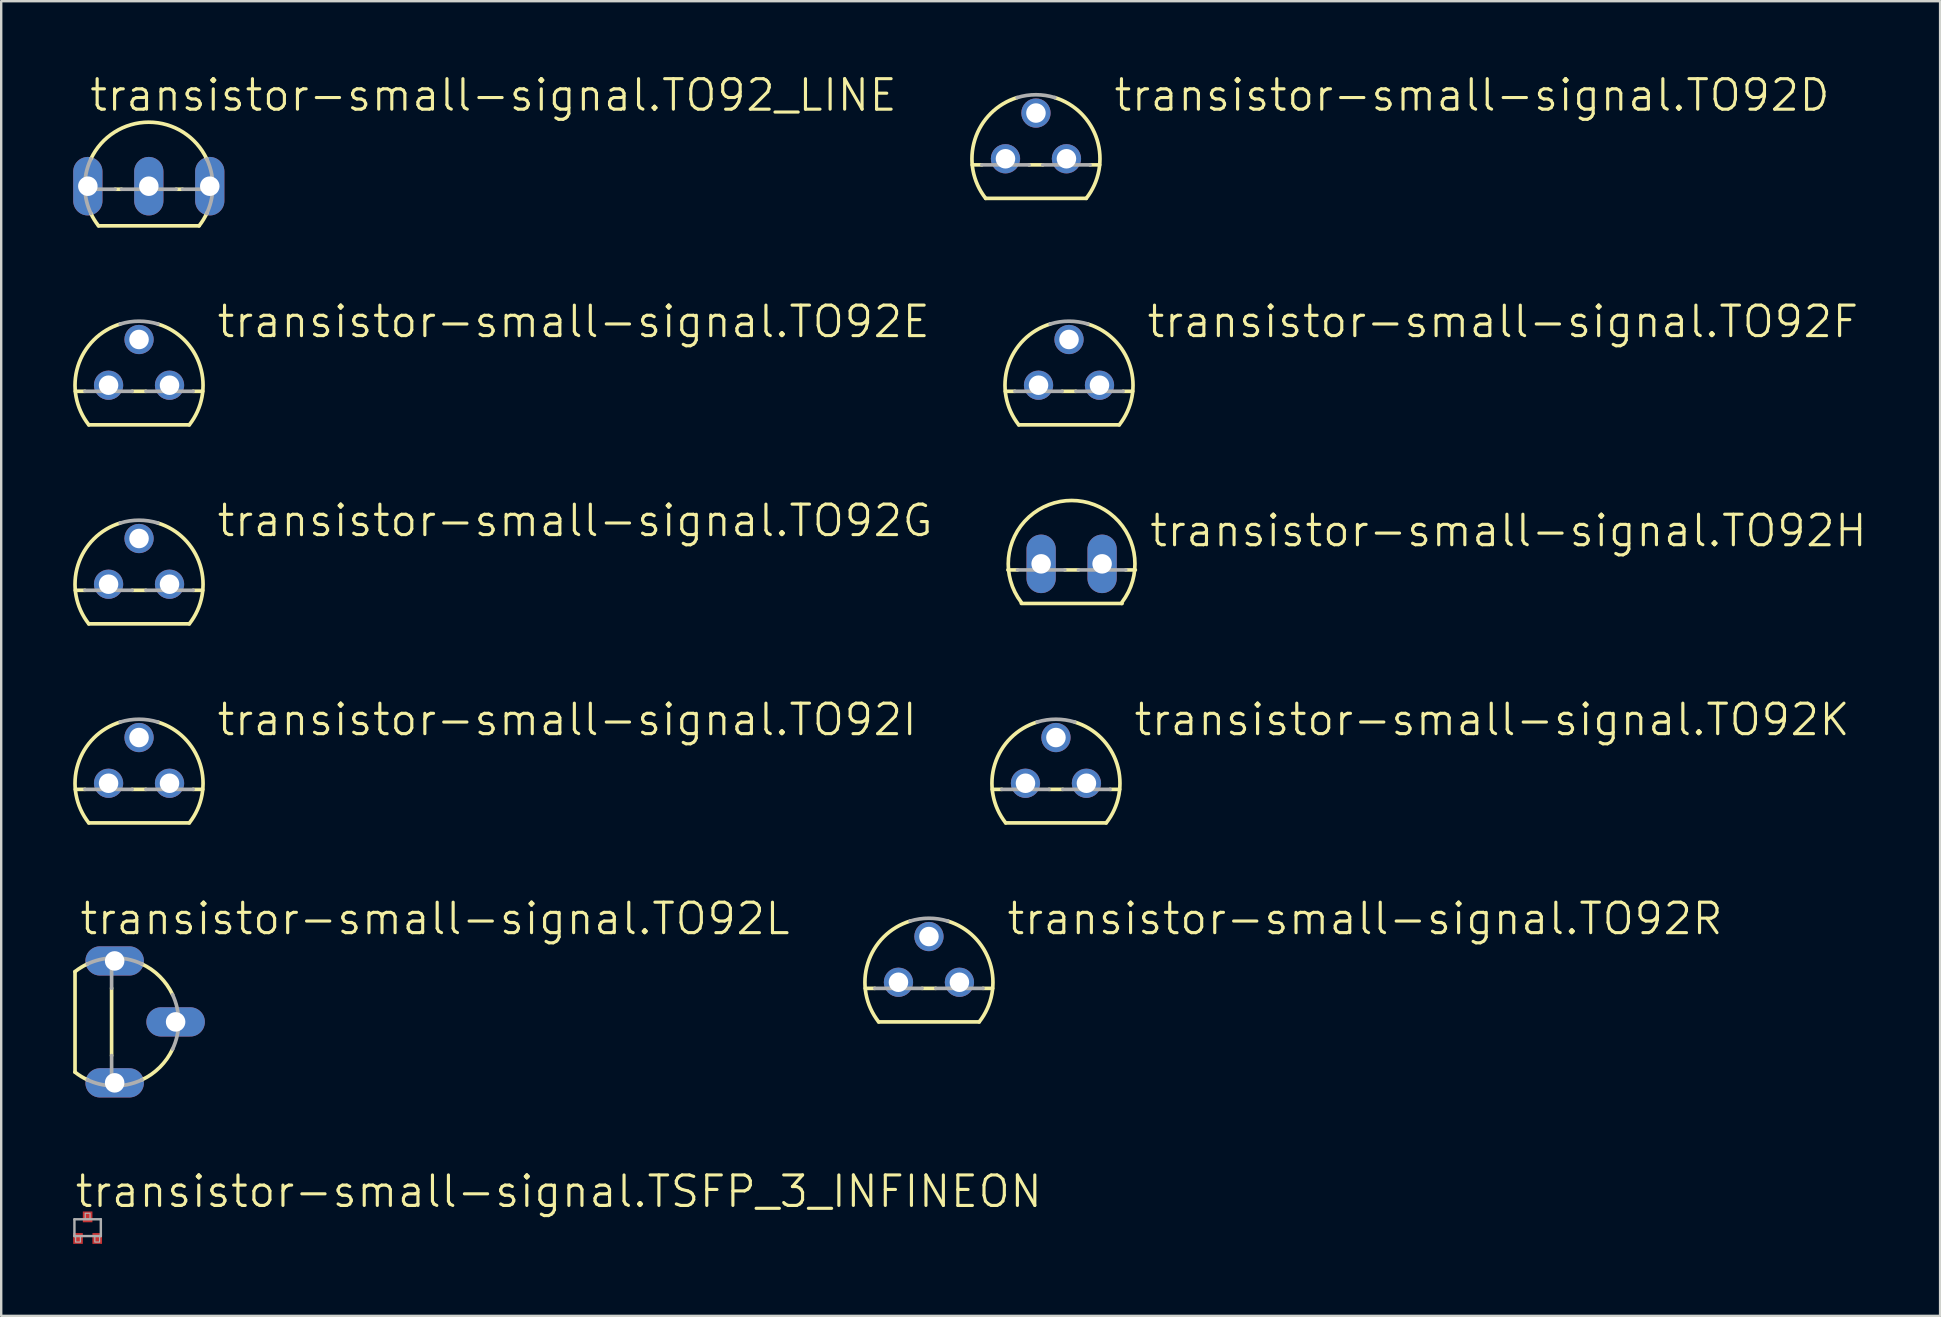
<source format=kicad_pcb>
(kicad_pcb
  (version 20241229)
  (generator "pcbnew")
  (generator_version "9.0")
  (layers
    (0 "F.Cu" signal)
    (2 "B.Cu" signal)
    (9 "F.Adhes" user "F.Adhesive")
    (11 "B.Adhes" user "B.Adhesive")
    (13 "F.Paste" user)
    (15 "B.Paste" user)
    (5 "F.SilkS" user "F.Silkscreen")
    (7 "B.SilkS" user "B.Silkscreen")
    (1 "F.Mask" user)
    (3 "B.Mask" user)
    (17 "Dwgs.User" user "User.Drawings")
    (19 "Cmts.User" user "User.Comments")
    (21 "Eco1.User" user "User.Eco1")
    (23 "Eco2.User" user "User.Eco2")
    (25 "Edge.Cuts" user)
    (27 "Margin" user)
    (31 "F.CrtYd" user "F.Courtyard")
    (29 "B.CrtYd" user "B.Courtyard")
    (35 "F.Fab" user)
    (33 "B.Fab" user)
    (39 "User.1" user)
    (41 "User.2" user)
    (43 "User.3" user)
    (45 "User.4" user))
  (footprint "transistor-small-signal.TO92D"
    (layer "F.Cu")
    (at 40.114 3.565)
    (property "Reference" "transistor-small-signal.TO92D" (at 3.175 -1.905 0) (layer "F.SilkS") (effects (font (size 1.27 1.27) (thickness 0.13)) (justify left bottom)))
    (attr through_hole)
    (fp_line (start -2.655 0.254) (end -2.254 0.254) (stroke (width 0.152) (type default)) (layer "F.SilkS"))
    (fp_line (start -2.095 1.651) (end 2.095 1.651) (stroke (width 0.152) (type default)) (layer "F.SilkS"))
    (fp_line (start -0.286 0.254) (end 0.286 0.254) (stroke (width 0.152) (type default)) (layer "F.SilkS"))
    (fp_line (start 2.254 0.254) (end 2.655 0.254) (stroke (width 0.152) (type default)) (layer "F.SilkS"))
    (fp_arc (start -2.0946 1.651) (mid -2.54634 -0.793276) (end -0.7863 -2.5485) (stroke (width 0.1524) (type default)) (layer "F.SilkS"))
    (fp_arc (start 0.7868 -2.5484) (mid 2.546776 -0.793203) (end 2.095 1.651) (stroke (width 0.1524) (type default)) (layer "F.SilkS"))
    (fp_line (start -2.254 0.254) (end -0.286 0.254) (stroke (width 0.152) (type default)) (layer "F.Fab"))
    (fp_line (start 0.286 0.254) (end 2.254 0.254) (stroke (width 0.152) (type default)) (layer "F.Fab"))
    (fp_arc (start -0.7863 -2.5485) (mid 0 -2.667043) (end 0.7863 -2.5485) (stroke (width 0.1524) (type default)) (layer "F.Fab"))
    (pad "B" thru_hole circle (at 0 -1.905) (size 1.219 1.219) (drill 0.813) (layers "*.Cu" "*.Mask"))
    (pad "C" thru_hole circle (at 1.27 0) (size 1.219 1.219) (drill 0.813) (layers "*.Cu" "*.Mask"))
    (pad "E" thru_hole circle (at -1.27 0) (size 1.219 1.219) (drill 0.813) (layers "*.Cu" "*.Mask")))
  (footprint "transistor-small-signal.TO92L"
    (layer "F.Cu")
    (at 1.727 39.528)
    (property "Reference" "transistor-small-signal.TO92L" (at -1.524 -3.556 0) (layer "F.SilkS") (effects (font (size 1.27 1.27) (thickness 0.13)) (justify left bottom)))
    (attr through_hole)
    (fp_line (start -1.651 -2.095) (end -1.651 2.095) (stroke (width 0.152) (type default)) (layer "F.SilkS"))
    (fp_line (start -0.127 1.404) (end -0.127 -1.404) (stroke (width 0.152) (type default)) (layer "F.SilkS"))
    (fp_arc (start -1.651 -2.095) (mid -1.40252 -2.268918) (end -1.1359 -2.4135) (stroke (width 0.1524) (type default)) (layer "F.SilkS"))
    (fp_arc (start -1.1118 2.4247) (mid -1.391201 2.275878) (end -1.651 2.095) (stroke (width 0.1524) (type default)) (layer "F.SilkS"))
    (fp_arc (start 1.1359 -2.413) (mid 1.885847 -1.885847) (end 2.413 -1.1359) (stroke (width 0.1524) (type default)) (layer "F.SilkS"))
    (fp_arc (start 2.413 1.1359) (mid 1.885847 1.885847) (end 1.1359 2.413) (stroke (width 0.1524) (type default)) (layer "F.SilkS"))
    (fp_line (start -0.127 -1.404) (end -0.127 -2.664) (stroke (width 0.152) (type default)) (layer "F.Fab"))
    (fp_line (start -0.127 2.664) (end -0.127 1.404) (stroke (width 0.152) (type default)) (layer "F.Fab"))
    (fp_arc (start -1.1359 -2.413) (mid -0.643799 -2.588137) (end -0.127 -2.664) (stroke (width 0.1524) (type default)) (layer "F.Fab"))
    (fp_arc (start -0.127 -2.664) (mid 0.519825 -2.615858) (end 1.1359 -2.413) (stroke (width 0.1524) (type default)) (layer "F.Fab"))
    (fp_arc (start -0.127 2.664) (mid -0.643799 2.588137) (end -1.1359 2.413) (stroke (width 0.1524) (type default)) (layer "F.Fab"))
    (fp_arc (start 1.1359 2.413) (mid 0.519825 2.615858) (end -0.127 2.664) (stroke (width 0.1524) (type default)) (layer "F.Fab"))
    (fp_arc (start 2.413 -1.1359) (mid 2.666991 0) (end 2.413 1.1359) (stroke (width 0.1524) (type default)) (layer "F.Fab"))
    (pad "1" thru_hole oval (at 0 2.54) (size 2.438 1.219) (drill 0.813) (layers "*.Cu" "*.Mask"))
    (pad "2" thru_hole oval (at 2.54 0) (size 2.438 1.219) (drill 0.813) (layers "*.Cu" "*.Mask"))
    (pad "3" thru_hole oval (at 0 -2.54) (size 2.438 1.219) (drill 0.813) (layers "*.Cu" "*.Mask")))
  (footprint "transistor-small-signal.TO92R"
    (layer "F.Cu")
    (at 35.655 37.877)
    (property "Reference" "transistor-small-signal.TO92R" (at 3.175 -1.905 0) (layer "F.SilkS") (effects (font (size 1.27 1.27) (thickness 0.13)) (justify left bottom)))
    (attr through_hole)
    (fp_line (start -2.655 0.254) (end -2.254 0.254) (stroke (width 0.152) (type default)) (layer "F.SilkS"))
    (fp_line (start -2.095 1.651) (end 2.095 1.651) (stroke (width 0.152) (type default)) (layer "F.SilkS"))
    (fp_line (start -0.286 0.254) (end 0.286 0.254) (stroke (width 0.152) (type default)) (layer "F.SilkS"))
    (fp_line (start 2.254 0.254) (end 2.655 0.254) (stroke (width 0.152) (type default)) (layer "F.SilkS"))
    (fp_arc (start -2.0946 1.651) (mid -2.54634 -0.793276) (end -0.7863 -2.5485) (stroke (width 0.1524) (type default)) (layer "F.SilkS"))
    (fp_arc (start 0.7868 -2.5484) (mid 2.546776 -0.793203) (end 2.095 1.651) (stroke (width 0.1524) (type default)) (layer "F.SilkS"))
    (fp_line (start -2.254 0.254) (end -0.286 0.254) (stroke (width 0.152) (type default)) (layer "F.Fab"))
    (fp_line (start 0.286 0.254) (end 2.254 0.254) (stroke (width 0.152) (type default)) (layer "F.Fab"))
    (fp_arc (start -0.7863 -2.5485) (mid 0 -2.667043) (end 0.7863 -2.5485) (stroke (width 0.1524) (type default)) (layer "F.Fab"))
    (pad "D" thru_hole circle (at -1.27 0) (size 1.219 1.219) (drill 0.813) (layers "*.Cu" "*.Mask"))
    (pad "G" thru_hole circle (at 1.27 0) (size 1.219 1.219) (drill 0.813) (layers "*.Cu" "*.Mask"))
    (pad "S" thru_hole circle (at 0 -1.905) (size 1.219 1.219) (drill 0.813) (layers "*.Cu" "*.Mask")))
  (footprint "transistor-small-signal.TO92F"
    (layer "F.Cu")
    (at 41.491 13)
    (property "Reference" "transistor-small-signal.TO92F" (at 3.175 -1.905 0) (layer "F.SilkS") (effects (font (size 1.27 1.27) (thickness 0.13)) (justify left bottom)))
    (attr through_hole)
    (fp_line (start -2.655 0.254) (end -2.254 0.254) (stroke (width 0.152) (type default)) (layer "F.SilkS"))
    (fp_line (start -2.095 1.651) (end 2.095 1.651) (stroke (width 0.152) (type default)) (layer "F.SilkS"))
    (fp_line (start -0.286 0.254) (end 0.286 0.254) (stroke (width 0.152) (type default)) (layer "F.SilkS"))
    (fp_line (start 2.254 0.254) (end 2.655 0.254) (stroke (width 0.152) (type default)) (layer "F.SilkS"))
    (fp_arc (start -2.0946 1.651) (mid -2.54634 -0.793276) (end -0.7863 -2.5485) (stroke (width 0.1524) (type default)) (layer "F.SilkS"))
    (fp_arc (start 0.7868 -2.5484) (mid 2.546776 -0.793203) (end 2.095 1.651) (stroke (width 0.1524) (type default)) (layer "F.SilkS"))
    (fp_line (start -2.254 0.254) (end -0.286 0.254) (stroke (width 0.152) (type default)) (layer "F.Fab"))
    (fp_line (start 0.286 0.254) (end 2.254 0.254) (stroke (width 0.152) (type default)) (layer "F.Fab"))
    (fp_arc (start -0.7863 -2.5485) (mid 0 -2.667043) (end 0.7863 -2.5485) (stroke (width 0.1524) (type default)) (layer "F.Fab"))
    (pad "D" thru_hole circle (at 1.27 0) (size 1.219 1.219) (drill 0.813) (layers "*.Cu" "*.Mask"))
    (pad "G" thru_hole circle (at 0 -1.905) (size 1.219 1.219) (drill 0.813) (layers "*.Cu" "*.Mask"))
    (pad "S" thru_hole circle (at -1.27 0) (size 1.219 1.219) (drill 0.813) (layers "*.Cu" "*.Mask")))
  (footprint "transistor-small-signal.TSFP_3_INFINEON"
    (layer "F.Cu")
    (at 0.601 48.102)
    (property "Reference" "transistor-small-signal.TSFP_3_INFINEON" (at -0.595 -0.765 0) (layer "F.SilkS") (effects (font (size 1.27 1.27) (thickness 0.13)) (justify left bottom)))
    (attr smd)
    (fp_line (start -0.55 -0.35) (end 0.55 -0.35) (stroke (width 0.102) (type default)) (layer "F.Fab"))
    (fp_line (start -0.55 0.35) (end -0.55 -0.35) (stroke (width 0.102) (type default)) (layer "F.Fab"))
    (fp_line (start 0.55 -0.35) (end 0.55 0.35) (stroke (width 0.102) (type default)) (layer "F.Fab"))
    (fp_line (start 0.55 0.35) (end -0.55 0.35) (stroke (width 0.102) (type default)) (layer "F.Fab"))
    (fp_rect (start -0.5 0.6) (end -0.3 0.35) (stroke (width 0.05) (type default)) (fill no) (layer "F.Fab"))
    (fp_rect (start -0.1 -0.35) (end 0.1 -0.6) (stroke (width 0.05) (type default)) (fill no) (layer "F.Fab"))
    (fp_rect (start 0.3 0.6) (end 0.5 0.35) (stroke (width 0.05) (type default)) (fill no) (layer "F.Fab"))
    (pad "1" smd roundrect (at -0.4 0.45) (size 0.4 0.45) (layers "F.Cu" "F.Mask" "F.Paste") (roundrect_rratio 0.01))
    (pad "2" smd roundrect (at 0 -0.45) (size 0.4 0.45) (layers "F.Cu" "F.Mask" "F.Paste") (roundrect_rratio 0.01))
    (pad "3" smd roundrect (at 0.4 0.45) (size 0.4 0.45) (layers "F.Cu" "F.Mask" "F.Paste") (roundrect_rratio 0.01)))
  (footprint "transistor-small-signal.TO92G"
    (layer "F.Cu")
    (at 2.743 21.292)
    (property "Reference" "transistor-small-signal.TO92G" (at 3.175 -1.905 0) (layer "F.SilkS") (effects (font (size 1.27 1.27) (thickness 0.13)) (justify left bottom)))
    (attr through_hole)
    (fp_line (start -2.655 0.254) (end -2.254 0.254) (stroke (width 0.152) (type default)) (layer "F.SilkS"))
    (fp_line (start -2.095 1.651) (end 2.095 1.651) (stroke (width 0.152) (type default)) (layer "F.SilkS"))
    (fp_line (start -0.286 0.254) (end 0.286 0.254) (stroke (width 0.152) (type default)) (layer "F.SilkS"))
    (fp_line (start 2.254 0.254) (end 2.655 0.254) (stroke (width 0.152) (type default)) (layer "F.SilkS"))
    (fp_arc (start -2.0946 1.651) (mid -2.54634 -0.793276) (end -0.7863 -2.5485) (stroke (width 0.1524) (type default)) (layer "F.SilkS"))
    (fp_arc (start 0.7868 -2.5484) (mid 2.546776 -0.793203) (end 2.095 1.651) (stroke (width 0.1524) (type default)) (layer "F.SilkS"))
    (fp_line (start -2.254 0.254) (end -0.286 0.254) (stroke (width 0.152) (type default)) (layer "F.Fab"))
    (fp_line (start 0.286 0.254) (end 2.254 0.254) (stroke (width 0.152) (type default)) (layer "F.Fab"))
    (fp_arc (start -0.7863 -2.5485) (mid 0 -2.667043) (end 0.7863 -2.5485) (stroke (width 0.1524) (type default)) (layer "F.Fab"))
    (pad "D" thru_hole circle (at -1.27 0) (size 1.219 1.219) (drill 0.813) (layers "*.Cu" "*.Mask"))
    (pad "G" thru_hole circle (at 1.27 0) (size 1.219 1.219) (drill 0.813) (layers "*.Cu" "*.Mask"))
    (pad "S" thru_hole circle (at 0 -1.905) (size 1.219 1.219) (drill 0.813) (layers "*.Cu" "*.Mask")))
  (footprint "transistor-small-signal.TO92I"
    (layer "F.Cu")
    (at 2.743 29.585)
    (property "Reference" "transistor-small-signal.TO92I" (at 3.175 -1.905 0) (layer "F.SilkS") (effects (font (size 1.27 1.27) (thickness 0.13)) (justify left bottom)))
    (attr through_hole)
    (fp_line (start -2.655 0.254) (end -2.254 0.254) (stroke (width 0.152) (type default)) (layer "F.SilkS"))
    (fp_line (start -2.095 1.651) (end 2.095 1.651) (stroke (width 0.152) (type default)) (layer "F.SilkS"))
    (fp_line (start -0.286 0.254) (end 0.286 0.254) (stroke (width 0.152) (type default)) (layer "F.SilkS"))
    (fp_line (start 2.254 0.254) (end 2.655 0.254) (stroke (width 0.152) (type default)) (layer "F.SilkS"))
    (fp_arc (start -2.0946 1.651) (mid -2.54634 -0.793276) (end -0.7863 -2.5485) (stroke (width 0.1524) (type default)) (layer "F.SilkS"))
    (fp_arc (start 0.7868 -2.5484) (mid 2.546776 -0.793203) (end 2.095 1.651) (stroke (width 0.1524) (type default)) (layer "F.SilkS"))
    (fp_line (start -2.254 0.254) (end -0.286 0.254) (stroke (width 0.152) (type default)) (layer "F.Fab"))
    (fp_line (start 0.286 0.254) (end 2.254 0.254) (stroke (width 0.152) (type default)) (layer "F.Fab"))
    (fp_arc (start -0.7863 -2.5485) (mid 0 -2.667043) (end 0.7863 -2.5485) (stroke (width 0.1524) (type default)) (layer "F.Fab"))
    (pad "D" thru_hole circle (at 0 -1.905) (size 1.219 1.219) (drill 0.813) (layers "*.Cu" "*.Mask"))
    (pad "G" thru_hole circle (at 1.27 0) (size 1.219 1.219) (drill 0.813) (layers "*.Cu" "*.Mask"))
    (pad "S" thru_hole circle (at -1.27 0) (size 1.219 1.219) (drill 0.813) (layers "*.Cu" "*.Mask")))
  (footprint "transistor-small-signal.TO92K"
    (layer "F.Cu")
    (at 40.947 29.585)
    (property "Reference" "transistor-small-signal.TO92K" (at 3.175 -1.905 0) (layer "F.SilkS") (effects (font (size 1.27 1.27) (thickness 0.13)) (justify left bottom)))
    (attr through_hole)
    (fp_line (start -2.655 0.254) (end -2.254 0.254) (stroke (width 0.152) (type default)) (layer "F.SilkS"))
    (fp_line (start -2.095 1.651) (end 2.095 1.651) (stroke (width 0.152) (type default)) (layer "F.SilkS"))
    (fp_line (start -0.286 0.254) (end 0.286 0.254) (stroke (width 0.152) (type default)) (layer "F.SilkS"))
    (fp_line (start 2.254 0.254) (end 2.655 0.254) (stroke (width 0.152) (type default)) (layer "F.SilkS"))
    (fp_arc (start -2.0946 1.651) (mid -2.54634 -0.793276) (end -0.7863 -2.5485) (stroke (width 0.1524) (type default)) (layer "F.SilkS"))
    (fp_arc (start 0.7868 -2.5484) (mid 2.546776 -0.793203) (end 2.095 1.651) (stroke (width 0.1524) (type default)) (layer "F.SilkS"))
    (fp_line (start -2.254 0.254) (end -0.286 0.254) (stroke (width 0.152) (type default)) (layer "F.Fab"))
    (fp_line (start 0.286 0.254) (end 2.254 0.254) (stroke (width 0.152) (type default)) (layer "F.Fab"))
    (fp_arc (start -0.7863 -2.5485) (mid 0 -2.667043) (end 0.7863 -2.5485) (stroke (width 0.1524) (type default)) (layer "F.Fab"))
    (pad "D" thru_hole circle (at -1.27 0) (size 1.219 1.219) (drill 0.813) (layers "*.Cu" "*.Mask"))
    (pad "G" thru_hole circle (at 0 -1.905) (size 1.219 1.219) (drill 0.813) (layers "*.Cu" "*.Mask"))
    (pad "S" thru_hole circle (at 1.27 0) (size 1.219 1.219) (drill 0.813) (layers "*.Cu" "*.Mask")))
  (footprint "transistor-small-signal.TO92H"
    (layer "F.Cu")
    (at 41.6 20.443)
    (property "Reference" "transistor-small-signal.TO92H" (at 3.175 -0.635 0) (layer "F.SilkS") (effects (font (size 1.27 1.27) (thickness 0.13)) (justify left bottom)))
    (attr through_hole)
    (fp_line (start -2.655 0.254) (end -2.254 0.254) (stroke (width 0.152) (type default)) (layer "F.SilkS"))
    (fp_line (start -2.095 1.651) (end 2.094 1.651) (stroke (width 0.152) (type default)) (layer "F.SilkS"))
    (fp_line (start -0.286 0.254) (end 0.286 0.254) (stroke (width 0.152) (type default)) (layer "F.SilkS"))
    (fp_line (start 2.094 1.651) (end 2.095 1.651) (stroke (width 0.152) (type default)) (layer "F.SilkS"))
    (fp_line (start 2.254 0.254) (end 2.655 0.254) (stroke (width 0.152) (type default)) (layer "F.SilkS"))
    (fp_arc (start -2.099999 1.6) (mid -0.000802 -2.639666) (end 2.099365 1.59952) (stroke (width 0.1524) (type default)) (layer "F.SilkS"))
    (fp_line (start -2.254 0.254) (end -0.286 0.254) (stroke (width 0.152) (type default)) (layer "F.Fab"))
    (fp_line (start 0.286 0.254) (end 2.254 0.254) (stroke (width 0.152) (type default)) (layer "F.Fab"))
    (pad "1" thru_hole oval (at -1.27 0 90) (size 2.438 1.219) (drill 0.813) (layers "*.Cu" "*.Mask"))
    (pad "2" thru_hole oval (at 1.27 0 90) (size 2.438 1.219) (drill 0.813) (layers "*.Cu" "*.Mask")))
  (footprint "transistor-small-signal.TO92E"
    (layer "F.Cu")
    (at 2.743 13)
    (property "Reference" "transistor-small-signal.TO92E" (at 3.175 -1.905 0) (layer "F.SilkS") (effects (font (size 1.27 1.27) (thickness 0.13)) (justify left bottom)))
    (attr through_hole)
    (fp_line (start -2.655 0.254) (end -2.254 0.254) (stroke (width 0.152) (type default)) (layer "F.SilkS"))
    (fp_line (start -2.095 1.651) (end 2.095 1.651) (stroke (width 0.152) (type default)) (layer "F.SilkS"))
    (fp_line (start -0.286 0.254) (end 0.286 0.254) (stroke (width 0.152) (type default)) (layer "F.SilkS"))
    (fp_line (start 2.254 0.254) (end 2.655 0.254) (stroke (width 0.152) (type default)) (layer "F.SilkS"))
    (fp_arc (start -2.0946 1.651) (mid -2.54634 -0.793276) (end -0.7863 -2.5485) (stroke (width 0.1524) (type default)) (layer "F.SilkS"))
    (fp_arc (start 0.7868 -2.5484) (mid 2.546776 -0.793203) (end 2.095 1.651) (stroke (width 0.1524) (type default)) (layer "F.SilkS"))
    (fp_line (start -2.254 0.254) (end -0.286 0.254) (stroke (width 0.152) (type default)) (layer "F.Fab"))
    (fp_line (start 0.286 0.254) (end 2.254 0.254) (stroke (width 0.152) (type default)) (layer "F.Fab"))
    (fp_arc (start -0.7863 -2.5485) (mid 0 -2.667043) (end 0.7863 -2.5485) (stroke (width 0.1524) (type default)) (layer "F.Fab"))
    (pad "B1" thru_hole circle (at -1.27 0) (size 1.219 1.219) (drill 0.813) (layers "*.Cu" "*.Mask"))
    (pad "B2" thru_hole circle (at 1.27 0) (size 1.219 1.219) (drill 0.813) (layers "*.Cu" "*.Mask"))
    (pad "E" thru_hole circle (at 0 -1.905) (size 1.219 1.219) (drill 0.813) (layers "*.Cu" "*.Mask")))
  (footprint "transistor-small-signal.TO92_LINE"
    (layer "F.Cu")
    (at 3.15 4.708)
    (property "Reference" "transistor-small-signal.TO92_LINE" (at -2.54 -3.048 0) (layer "F.SilkS") (effects (font (size 1.27 1.27) (thickness 0.13)) (justify left bottom)))
    (attr through_hole)
    (fp_line (start -2.095 1.651) (end 2.095 1.651) (stroke (width 0.152) (type default)) (layer "F.SilkS"))
    (fp_line (start -1.136 0.127) (end -1.404 0.127) (stroke (width 0.152) (type default)) (layer "F.SilkS"))
    (fp_line (start 1.404 0.127) (end 1.136 0.127) (stroke (width 0.152) (type default)) (layer "F.SilkS"))
    (fp_arc (start -2.413 -1.1359) (mid 0 -2.666985) (end 2.413 -1.1359) (stroke (width 0.1524) (type default)) (layer "F.SilkS"))
    (fp_arc (start -2.095 1.651) (mid -2.268918 1.40252) (end -2.4135 1.1359) (stroke (width 0.1524) (type default)) (layer "F.SilkS"))
    (fp_arc (start 2.4247 1.1118) (mid 2.275878 1.391201) (end 2.095 1.651) (stroke (width 0.1524) (type default)) (layer "F.SilkS"))
    (fp_line (start -1.404 0.127) (end -2.664 0.127) (stroke (width 0.152) (type default)) (layer "F.Fab"))
    (fp_line (start 1.136 0.127) (end -1.136 0.127) (stroke (width 0.152) (type default)) (layer "F.Fab"))
    (fp_line (start 2.664 0.127) (end 1.404 0.127) (stroke (width 0.152) (type default)) (layer "F.Fab"))
    (fp_arc (start -2.664 0.127) (mid -2.615858 -0.519825) (end -2.413 -1.1359) (stroke (width 0.1524) (type default)) (layer "F.Fab"))
    (fp_arc (start -2.413 1.1359) (mid -2.588137 0.643799) (end -2.664 0.127) (stroke (width 0.1524) (type default)) (layer "F.Fab"))
    (fp_arc (start 2.413 -1.1359) (mid 2.615858 -0.519825) (end 2.664 0.127) (stroke (width 0.1524) (type default)) (layer "F.Fab"))
    (fp_arc (start 2.664 0.127) (mid 2.588137 0.643799) (end 2.413 1.1359) (stroke (width 0.1524) (type default)) (layer "F.Fab"))
    (pad "1" thru_hole oval (at 2.54 0 90) (size 2.438 1.219) (drill 0.813) (layers "*.Cu" "*.Mask"))
    (pad "2" thru_hole oval (at 0 0 90) (size 2.438 1.219) (drill 0.813) (layers "*.Cu" "*.Mask"))
    (pad "3" thru_hole oval (at -2.54 0 90) (size 2.438 1.219) (drill 0.813) (layers "*.Cu" "*.Mask")))
  (gr_rect
    (start -3 -3)
    (end 77.786 51.777)
    (stroke (width 0.1) (type default))
    (fill no)
    (layer "Edge.Cuts")))
</source>
